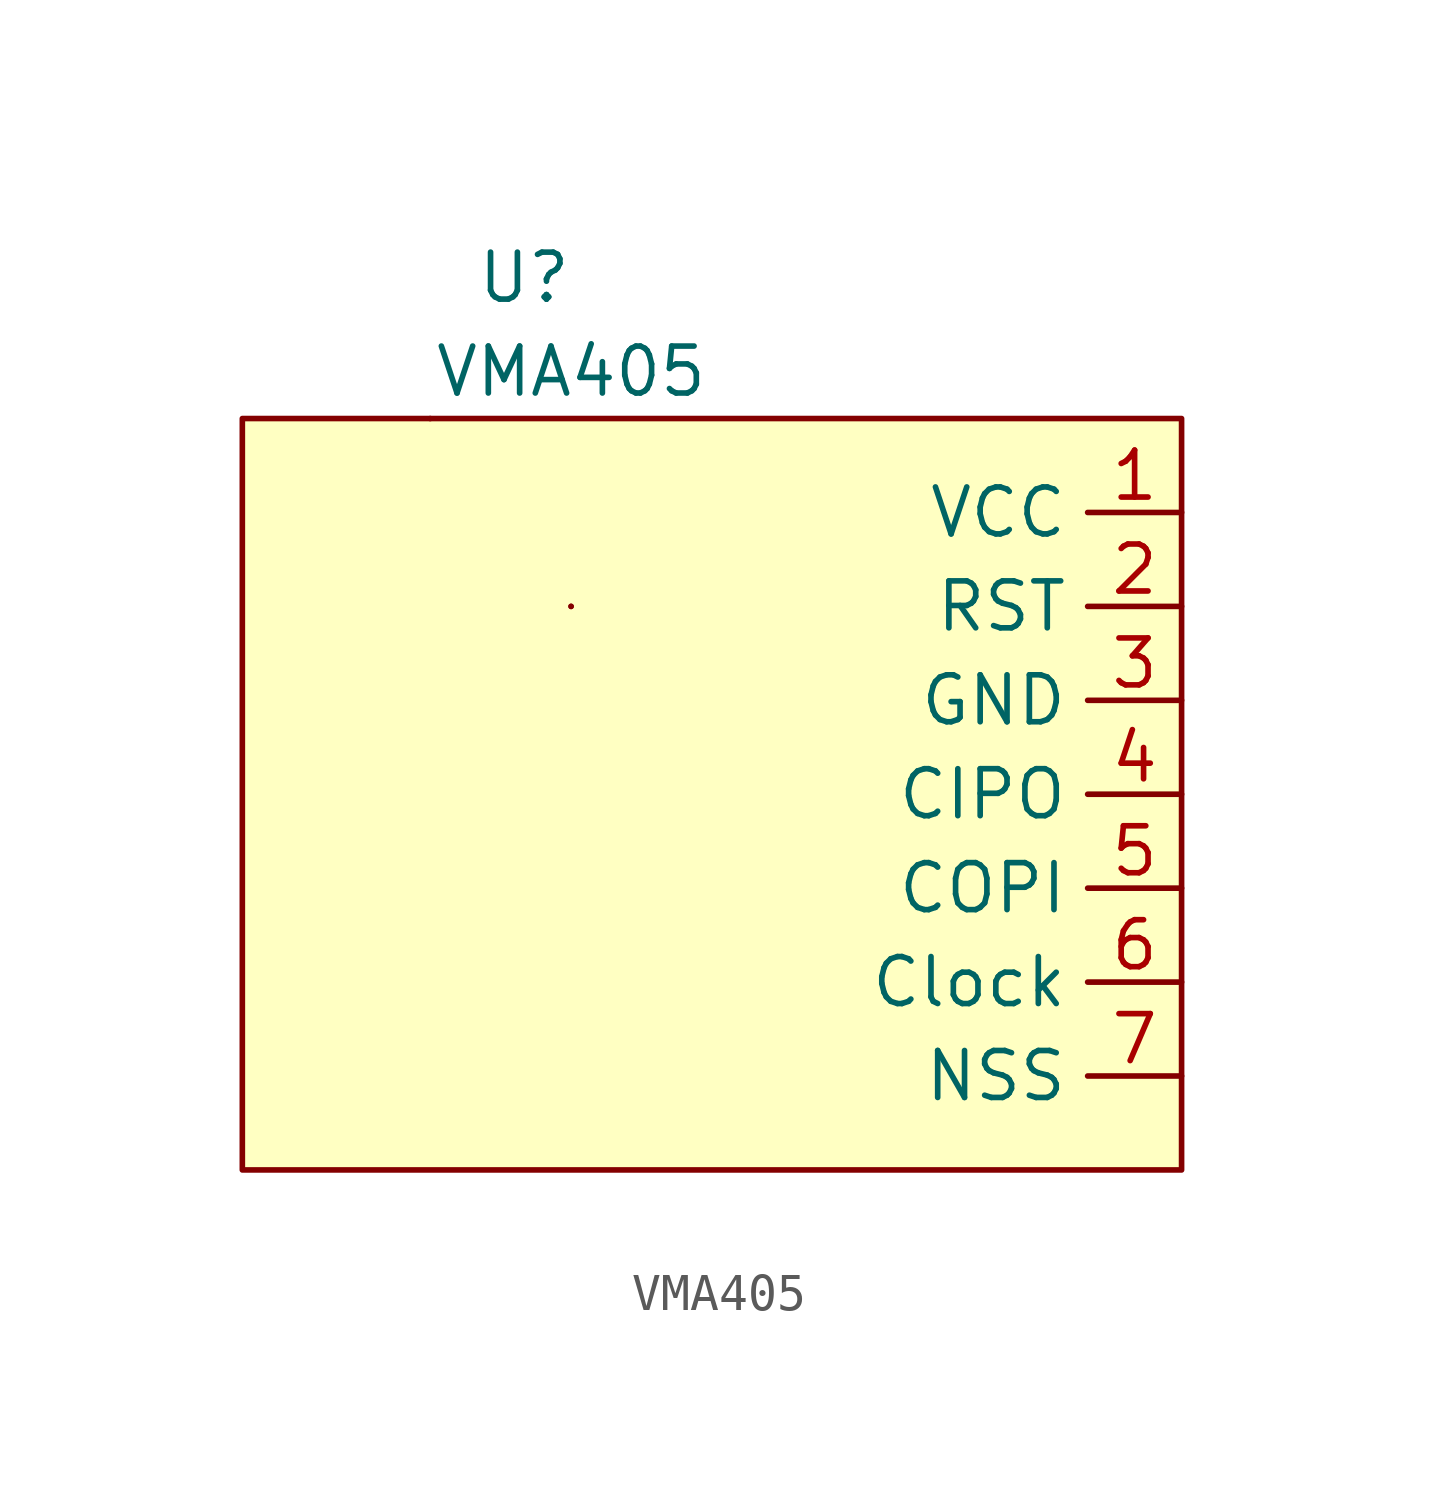
<source format=kicad_sym>
(kicad_symbol_lib
  (version 20211014)
  (generator kicad_symbol_editor)
  (symbol "VMA405"
    (property "Reference" "U"
      (at 2.54 6.35 0)
      (effects (font (size 1.27 1.27))))
    (property "Value" "VMA405"
      (at 3.81 3.81 0)
      (effects (font (size 1.27 1.27))))
    (symbol "VMA405_0_1"
      (rectangle (start -5.08 2.54) (end 20.32 -17.78) (stroke (width 0) (type default) (color 0 0 0 0)) (fill (type background)))
      (rectangle (start 0 2.54) (end 0 2.54) (stroke (width 0) (type default) (color 0 0 0 0)) (fill (type none)))
      (rectangle (start 3.81 -2.54) (end 3.81 -2.54) (stroke (width 0) (type default) (color 0 0 0 0)) (fill (type none)))
      (rectangle (start 3.81 -2.54) (end 3.81 -2.54) (stroke (width 0) (type default) (color 0 0 0 0)) (fill (type none))))
    (symbol "VMA405_1_1"
      (pin power_in line (at 20.32 0 180) (length 2.54) (name "VCC" (effects (font (size 1.27 1.27)))) (number "1" (effects (font (size 1.27 1.27)))))
      (pin input line (at 20.32 -2.54 180) (length 2.54) (name "RST" (effects (font (size 1.27 1.27)))) (number "2" (effects (font (size 1.27 1.27)))))
      (pin power_out line (at 20.32 -5.08 180) (length 2.54) (name "GND" (effects (font (size 1.27 1.27)))) (number "3" (effects (font (size 1.27 1.27)))))
      (pin output line (at 20.32 -7.62 180) (length 2.54) (name "CIPO" (effects (font (size 1.27 1.27)))) (number "4" (effects (font (size 1.27 1.27)))))
      (pin input line (at 20.32 -10.16 180) (length 2.54) (name "COPI" (effects (font (size 1.27 1.27)))) (number "5" (effects (font (size 1.27 1.27)))))
      (pin input line (at 20.32 -12.7 180) (length 2.54) (name "Clock" (effects (font (size 1.27 1.27)))) (number "6" (effects (font (size 1.27 1.27)))))
      (pin input line (at 20.32 -15.24 180) (length 2.54) (name "NSS" (effects (font (size 1.27 1.27)))) (number "7" (effects (font (size 1.27 1.27))))))))
</source>
